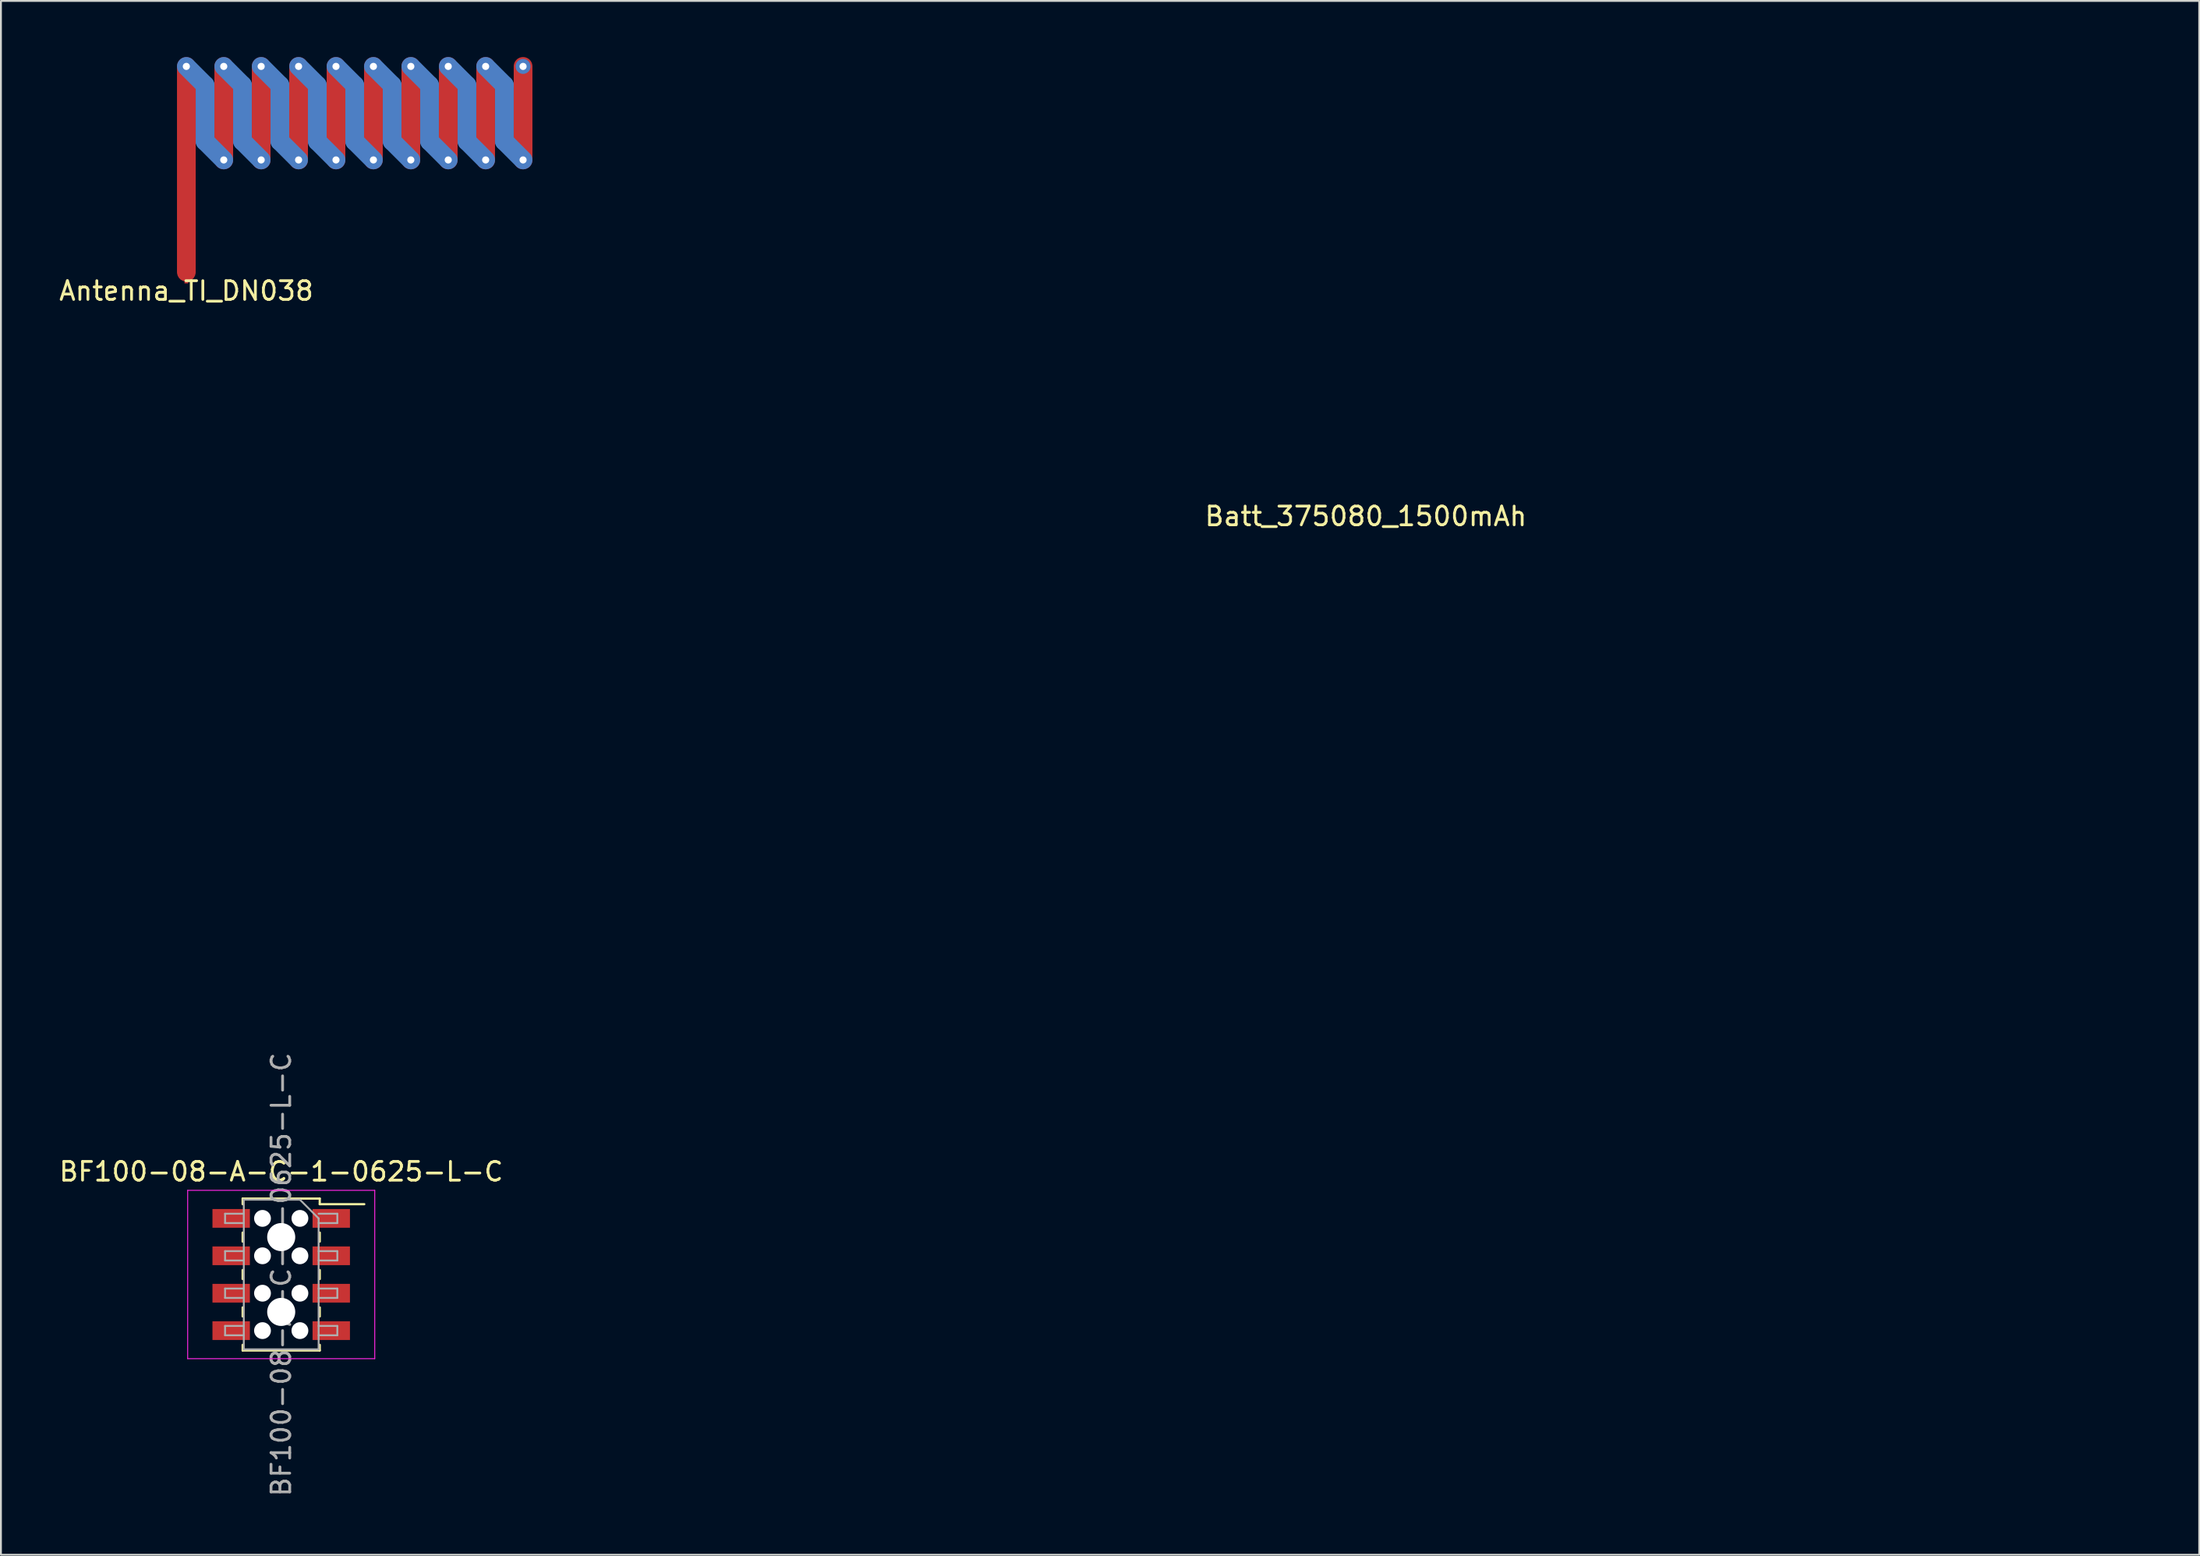
<source format=kicad_pcb>
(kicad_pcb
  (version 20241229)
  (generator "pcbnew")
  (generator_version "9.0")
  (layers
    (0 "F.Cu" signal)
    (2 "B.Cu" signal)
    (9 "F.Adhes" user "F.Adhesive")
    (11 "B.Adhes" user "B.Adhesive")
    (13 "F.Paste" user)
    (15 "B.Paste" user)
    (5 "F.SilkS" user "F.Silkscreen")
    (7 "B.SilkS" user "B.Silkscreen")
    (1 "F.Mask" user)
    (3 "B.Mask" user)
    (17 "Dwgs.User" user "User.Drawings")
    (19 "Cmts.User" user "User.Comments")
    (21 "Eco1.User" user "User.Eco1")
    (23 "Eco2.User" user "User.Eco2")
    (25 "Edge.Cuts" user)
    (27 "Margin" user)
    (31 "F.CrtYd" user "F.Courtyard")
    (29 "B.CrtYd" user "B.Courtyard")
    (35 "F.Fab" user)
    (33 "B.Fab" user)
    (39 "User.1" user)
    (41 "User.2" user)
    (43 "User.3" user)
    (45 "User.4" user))
  (footprint "Antenna_TI_DN038"
    (layer "F.Cu")
    (at 6.911 12)
    (property "Reference" "Antenna_TI_DN038" (at 0 0.5 0) (layer "F.SilkS") (effects (font (size 1 1) (thickness 0.15))))
    (attr through_hole)
    (fp_line (start 2 -11.5) (end 2 -6.5) (stroke (width 1) (type solid)) (layer "F.Cu"))
    (fp_line (start 4 -11.5) (end 4 -6.5) (stroke (width 1) (type solid)) (layer "F.Cu"))
    (fp_line (start 6 -11.5) (end 6 -6.5) (stroke (width 1) (type solid)) (layer "F.Cu"))
    (fp_line (start 8 -11.5) (end 8 -6.5) (stroke (width 1) (type solid)) (layer "F.Cu"))
    (fp_line (start 10 -11.5) (end 10 -6.5) (stroke (width 1) (type solid)) (layer "F.Cu"))
    (fp_line (start 12 -11.5) (end 12 -6.5) (stroke (width 1) (type solid)) (layer "F.Cu"))
    (fp_line (start 14 -11.5) (end 14 -6.5) (stroke (width 1) (type solid)) (layer "F.Cu"))
    (fp_line (start 16 -11.5) (end 16 -6.5) (stroke (width 1) (type solid)) (layer "F.Cu"))
    (fp_line (start 18 -11.5) (end 18 -6.5) (stroke (width 1) (type solid)) (layer "F.Cu"))
    (fp_line (start 0 -11.5) (end 1 -10.5) (stroke (width 1) (type solid)) (layer "B.Cu"))
    (fp_line (start 1 -7.5) (end 1 -10.5) (stroke (width 1) (type solid)) (layer "B.Cu"))
    (fp_line (start 1 -7.5) (end 2 -6.5) (stroke (width 1) (type solid)) (layer "B.Cu"))
    (fp_line (start 2 -11.5) (end 3 -10.5) (stroke (width 1) (type solid)) (layer "B.Cu"))
    (fp_line (start 3 -7.5) (end 3 -10.5) (stroke (width 1) (type solid)) (layer "B.Cu"))
    (fp_line (start 3 -7.5) (end 4 -6.5) (stroke (width 1) (type solid)) (layer "B.Cu"))
    (fp_line (start 4 -11.5) (end 5 -10.5) (stroke (width 1) (type solid)) (layer "B.Cu"))
    (fp_line (start 5 -7.5) (end 5 -10.5) (stroke (width 1) (type solid)) (layer "B.Cu"))
    (fp_line (start 5 -7.5) (end 6 -6.5) (stroke (width 1) (type solid)) (layer "B.Cu"))
    (fp_line (start 6 -11.5) (end 7 -10.5) (stroke (width 1) (type solid)) (layer "B.Cu"))
    (fp_line (start 7 -7.5) (end 7 -10.5) (stroke (width 1) (type solid)) (layer "B.Cu"))
    (fp_line (start 7 -7.5) (end 8 -6.5) (stroke (width 1) (type solid)) (layer "B.Cu"))
    (fp_line (start 8 -11.5) (end 9 -10.5) (stroke (width 1) (type solid)) (layer "B.Cu"))
    (fp_line (start 9 -7.5) (end 9 -10.5) (stroke (width 1) (type solid)) (layer "B.Cu"))
    (fp_line (start 9 -7.5) (end 10 -6.5) (stroke (width 1) (type solid)) (layer "B.Cu"))
    (fp_line (start 10 -11.5) (end 11 -10.5) (stroke (width 1) (type solid)) (layer "B.Cu"))
    (fp_line (start 11 -7.5) (end 11 -10.5) (stroke (width 1) (type solid)) (layer "B.Cu"))
    (fp_line (start 11 -7.5) (end 12 -6.5) (stroke (width 1) (type solid)) (layer "B.Cu"))
    (fp_line (start 12 -11.5) (end 13 -10.5) (stroke (width 1) (type solid)) (layer "B.Cu"))
    (fp_line (start 13 -7.5) (end 13 -10.5) (stroke (width 1) (type solid)) (layer "B.Cu"))
    (fp_line (start 13 -7.5) (end 14 -6.5) (stroke (width 1) (type solid)) (layer "B.Cu"))
    (fp_line (start 14 -11.5) (end 15 -10.5) (stroke (width 1) (type solid)) (layer "B.Cu"))
    (fp_line (start 15 -7.5) (end 15 -10.5) (stroke (width 1) (type solid)) (layer "B.Cu"))
    (fp_line (start 15 -7.5) (end 16 -6.5) (stroke (width 1) (type solid)) (layer "B.Cu"))
    (fp_line (start 16 -11.5) (end 17 -10.5) (stroke (width 1) (type solid)) (layer "B.Cu"))
    (fp_line (start 17 -7.5) (end 17 -10.5) (stroke (width 1) (type solid)) (layer "B.Cu"))
    (fp_line (start 17 -7.5) (end 18 -6.5) (stroke (width 1) (type solid)) (layer "B.Cu"))
    (pad "" thru_hole circle (at 0 -11.5) (size 0.8 0.8) (drill 0.38) (layers "*.Cu"))
    (pad "" thru_hole circle (at 2 -11.5) (size 0.8 0.8) (drill 0.38) (layers "*.Cu"))
    (pad "" thru_hole circle (at 2 -6.5) (size 0.8 0.8) (drill 0.38) (layers "*.Cu"))
    (pad "" thru_hole circle (at 4 -11.5) (size 0.8 0.8) (drill 0.38) (layers "*.Cu"))
    (pad "" thru_hole circle (at 4 -6.5) (size 0.8 0.8) (drill 0.38) (layers "*.Cu"))
    (pad "" thru_hole circle (at 6 -11.5) (size 0.8 0.8) (drill 0.38) (layers "*.Cu"))
    (pad "" thru_hole circle (at 6 -6.5) (size 0.8 0.8) (drill 0.38) (layers "*.Cu"))
    (pad "" thru_hole circle (at 8 -11.5) (size 0.8 0.8) (drill 0.38) (layers "*.Cu"))
    (pad "" thru_hole circle (at 8 -6.5) (size 0.8 0.8) (drill 0.38) (layers "*.Cu"))
    (pad "" thru_hole circle (at 10 -11.5) (size 0.8 0.8) (drill 0.38) (layers "*.Cu"))
    (pad "" thru_hole circle (at 10 -6.5) (size 0.8 0.8) (drill 0.38) (layers "*.Cu"))
    (pad "" thru_hole circle (at 12 -11.5) (size 0.8 0.8) (drill 0.38) (layers "*.Cu"))
    (pad "" thru_hole circle (at 12 -6.5) (size 0.8 0.8) (drill 0.38) (layers "*.Cu"))
    (pad "" thru_hole circle (at 14 -11.5) (size 0.8 0.8) (drill 0.38) (layers "*.Cu"))
    (pad "" thru_hole circle (at 14 -6.5) (size 0.8 0.8) (drill 0.38) (layers "*.Cu"))
    (pad "" thru_hole circle (at 16 -11.5) (size 0.8 0.8) (drill 0.38) (layers "*.Cu"))
    (pad "" thru_hole circle (at 16 -6.5) (size 0.8 0.8) (drill 0.38) (layers "*.Cu"))
    (pad "" thru_hole circle (at 18 -11.5) (size 0.8 0.8) (drill 0.38) (layers "*.Cu"))
    (pad "" thru_hole circle (at 18 -6.5) (size 0.8 0.8) (drill 0.38) (layers "*.Cu"))
    (pad "1" smd custom (at 0 0) (size 0.2 0.2) (layers "F.Cu") (options (anchor rect)) (primitives (gr_line (start 0 -0.5) (end 0 -11.5) (width 1)))))
  (footprint "Batt_375080_1500mAh"
    (layer "F.Cu")
    (at 69.961 25.05)
    (property "Reference" "Batt_375080_1500mAh" (at 0 -0.5 0) (unlocked yes) (layer "F.SilkS") (effects (font (size 1 1) (thickness 0.15))))
    (fp_line (start -41.5 -25) (end -41.5 25) (stroke (width 0.1) (type default)) (layer "Eco2.User"))
    (fp_line (start -41.5 -25) (end 41.5 -25) (stroke (width 0.1) (type default)) (layer "Eco2.User"))
    (fp_line (start -41.5 25) (end 41.5 25) (stroke (width 0.1) (type default)) (layer "Eco2.User"))
    (fp_line (start 41.5 -25) (end 41.5 25) (stroke (width 0.1) (type default)) (layer "Eco2.User")))
  (footprint "BF100-08-A-C-1-0625-L-C"
    (layer "F.Cu")
    (at 11.982 65.082)
    (property "Reference" "BF100-08-A-C-1-0625-L-C" (at 0 -5.5 0) (layer "F.SilkS") (effects (font (size 1 1) (thickness 0.15))))
    (attr smd)
    (fp_line (start -2.06 -4.06) (end -2.06 -3.76) (stroke (width 0.12) (type solid)) (layer "F.SilkS"))
    (fp_line (start -2.06 -4.06) (end 2.06 -4.06) (stroke (width 0.12) (type solid)) (layer "F.SilkS"))
    (fp_line (start -2.06 -2.24) (end -2.06 -1.76) (stroke (width 0.12) (type solid)) (layer "F.SilkS"))
    (fp_line (start -2.06 -0.24) (end -2.06 0.24) (stroke (width 0.12) (type solid)) (layer "F.SilkS"))
    (fp_line (start -2.06 1.76) (end -2.06 2.24) (stroke (width 0.12) (type solid)) (layer "F.SilkS"))
    (fp_line (start -2.06 3.76) (end -2.06 4.06) (stroke (width 0.12) (type solid)) (layer "F.SilkS"))
    (fp_line (start -2.06 4.06) (end 2.06 4.06) (stroke (width 0.12) (type solid)) (layer "F.SilkS"))
    (fp_line (start 2.06 -4.06) (end 2.06 -3.76) (stroke (width 0.12) (type solid)) (layer "F.SilkS"))
    (fp_line (start 2.06 -3.76) (end 4.44 -3.76) (stroke (width 0.12) (type solid)) (layer "F.SilkS"))
    (fp_line (start 2.06 -2.24) (end 2.06 -1.76) (stroke (width 0.12) (type solid)) (layer "F.SilkS"))
    (fp_line (start 2.06 -0.24) (end 2.06 0.24) (stroke (width 0.12) (type solid)) (layer "F.SilkS"))
    (fp_line (start 2.06 1.76) (end 2.06 2.24) (stroke (width 0.12) (type solid)) (layer "F.SilkS"))
    (fp_line (start 2.06 3.76) (end 2.06 4.06) (stroke (width 0.12) (type solid)) (layer "F.SilkS"))
    (fp_line (start -5 -4.5) (end 5 -4.5) (stroke (width 0.05) (type solid)) (layer "F.CrtYd"))
    (fp_line (start -5 4.5) (end -5 -4.5) (stroke (width 0.05) (type solid)) (layer "F.CrtYd"))
    (fp_line (start 5 -4.5) (end 5 4.5) (stroke (width 0.05) (type solid)) (layer "F.CrtYd"))
    (fp_line (start 5 4.5) (end -5 4.5) (stroke (width 0.05) (type solid)) (layer "F.CrtYd"))
    (fp_line (start -3 -3.25) (end -2 -3.25) (stroke (width 0.1) (type solid)) (layer "F.Fab"))
    (fp_line (start -3 -2.75) (end -3 -3.25) (stroke (width 0.1) (type solid)) (layer "F.Fab"))
    (fp_line (start -3 -1.25) (end -2 -1.25) (stroke (width 0.1) (type solid)) (layer "F.Fab"))
    (fp_line (start -3 -0.75) (end -3 -1.25) (stroke (width 0.1) (type solid)) (layer "F.Fab"))
    (fp_line (start -3 0.75) (end -2 0.75) (stroke (width 0.1) (type solid)) (layer "F.Fab"))
    (fp_line (start -3 1.25) (end -3 0.75) (stroke (width 0.1) (type solid)) (layer "F.Fab"))
    (fp_line (start -3 2.75) (end -2 2.75) (stroke (width 0.1) (type solid)) (layer "F.Fab"))
    (fp_line (start -3 3.25) (end -3 2.75) (stroke (width 0.1) (type solid)) (layer "F.Fab"))
    (fp_line (start -2 -4) (end 1 -4) (stroke (width 0.1) (type solid)) (layer "F.Fab"))
    (fp_line (start -2 -2.75) (end -3 -2.75) (stroke (width 0.1) (type solid)) (layer "F.Fab"))
    (fp_line (start -2 -0.75) (end -3 -0.75) (stroke (width 0.1) (type solid)) (layer "F.Fab"))
    (fp_line (start -2 1.25) (end -3 1.25) (stroke (width 0.1) (type solid)) (layer "F.Fab"))
    (fp_line (start -2 3.25) (end -3 3.25) (stroke (width 0.1) (type solid)) (layer "F.Fab"))
    (fp_line (start -2 4) (end -2 -4) (stroke (width 0.1) (type solid)) (layer "F.Fab"))
    (fp_line (start 1 -4) (end 2 -3) (stroke (width 0.1) (type solid)) (layer "F.Fab"))
    (fp_line (start 2 -3.25) (end 3 -3.25) (stroke (width 0.1) (type solid)) (layer "F.Fab"))
    (fp_line (start 2 -3) (end 2 4) (stroke (width 0.1) (type solid)) (layer "F.Fab"))
    (fp_line (start 2 -1.25) (end 3 -1.25) (stroke (width 0.1) (type solid)) (layer "F.Fab"))
    (fp_line (start 2 0.75) (end 3 0.75) (stroke (width 0.1) (type solid)) (layer "F.Fab"))
    (fp_line (start 2 2.75) (end 3 2.75) (stroke (width 0.1) (type solid)) (layer "F.Fab"))
    (fp_line (start 2 4) (end -2 4) (stroke (width 0.1) (type solid)) (layer "F.Fab"))
    (fp_line (start 3 -3.25) (end 3 -2.75) (stroke (width 0.1) (type solid)) (layer "F.Fab"))
    (fp_line (start 3 -2.75) (end 2 -2.75) (stroke (width 0.1) (type solid)) (layer "F.Fab"))
    (fp_line (start 3 -1.25) (end 3 -0.75) (stroke (width 0.1) (type solid)) (layer "F.Fab"))
    (fp_line (start 3 -0.75) (end 2 -0.75) (stroke (width 0.1) (type solid)) (layer "F.Fab"))
    (fp_line (start 3 0.75) (end 3 1.25) (stroke (width 0.1) (type solid)) (layer "F.Fab"))
    (fp_line (start 3 1.25) (end 2 1.25) (stroke (width 0.1) (type solid)) (layer "F.Fab"))
    (fp_line (start 3 2.75) (end 3 3.25) (stroke (width 0.1) (type solid)) (layer "F.Fab"))
    (fp_line (start 3 3.25) (end 2 3.25) (stroke (width 0.1) (type solid)) (layer "F.Fab"))
    (fp_text user "${REFERENCE}" (at 0 0 90) (layer "F.Fab") (effects (font (size 1 1) (thickness 0.15))))
    (pad "" np_thru_hole circle (at -1 -3) (size 0.9 0.9) (drill 0.9) (layers "*.Cu" "*.Mask"))
    (pad "" np_thru_hole circle (at -1 -1) (size 0.9 0.9) (drill 0.9) (layers "*.Cu" "*.Mask"))
    (pad "" np_thru_hole circle (at -1 1) (size 0.9 0.9) (drill 0.9) (layers "*.Cu" "*.Mask"))
    (pad "" np_thru_hole circle (at -1 3) (size 0.9 0.9) (drill 0.9) (layers "*.Cu" "*.Mask"))
    (pad "" np_thru_hole circle (at 0 -2) (size 1.5 1.5) (drill 1.5) (layers "*.Cu" "*.Mask"))
    (pad "" np_thru_hole circle (at 0 2) (size 1.5 1.5) (drill 1.5) (layers "*.Cu" "*.Mask"))
    (pad "" np_thru_hole circle (at 1 -3) (size 0.9 0.9) (drill 0.9) (layers "*.Cu" "*.Mask"))
    (pad "" np_thru_hole circle (at 1 -1) (size 0.9 0.9) (drill 0.9) (layers "*.Cu" "*.Mask"))
    (pad "" np_thru_hole circle (at 1 1) (size 0.9 0.9) (drill 0.9) (layers "*.Cu" "*.Mask"))
    (pad "" np_thru_hole circle (at 1 3) (size 0.9 0.9) (drill 0.9) (layers "*.Cu" "*.Mask"))
    (pad "1" smd rect (at 2.675 -3) (size 2 1) (layers "F.Cu" "F.Mask" "F.Paste"))
    (pad "2" smd rect (at -2.675 -3) (size 2 1) (layers "F.Cu" "F.Mask" "F.Paste"))
    (pad "3" smd rect (at 2.675 -1) (size 2 1) (layers "F.Cu" "F.Mask" "F.Paste"))
    (pad "4" smd rect (at -2.675 -1) (size 2 1) (layers "F.Cu" "F.Mask" "F.Paste"))
    (pad "5" smd rect (at 2.675 1) (size 2 1) (layers "F.Cu" "F.Mask" "F.Paste"))
    (pad "6" smd rect (at -2.675 1) (size 2 1) (layers "F.Cu" "F.Mask" "F.Paste"))
    (pad "7" smd rect (at 2.675 3) (size 2 1) (layers "F.Cu" "F.Mask" "F.Paste"))
    (pad "8" smd rect (at -2.675 3) (size 2 1) (layers "F.Cu" "F.Mask" "F.Paste"))
    (zone (net_name "") (layer "F.Cu") (name "fp-rule-area") (hatch edge 0.508) (connect_pads) (min_thickness 0.254) (filled_areas_thickness no) (keepout (tracks allowed) (vias allowed) (pads allowed) (copperpour allowed) (footprints allowed)) (placement (enabled no)) (fill (island_removal_mode 2) (island_area_min 10)) (polygon (pts (xy 13.882 68.882) (xy 10.082 68.882) (xy 10.082 61.282) (xy 13.882 61.282)))))
  (gr_rect
    (start -3 -3)
    (end 114.511 80.064)
    (stroke (width 0.1) (type default))
    (fill no)
    (layer "Edge.Cuts")))
</source>
